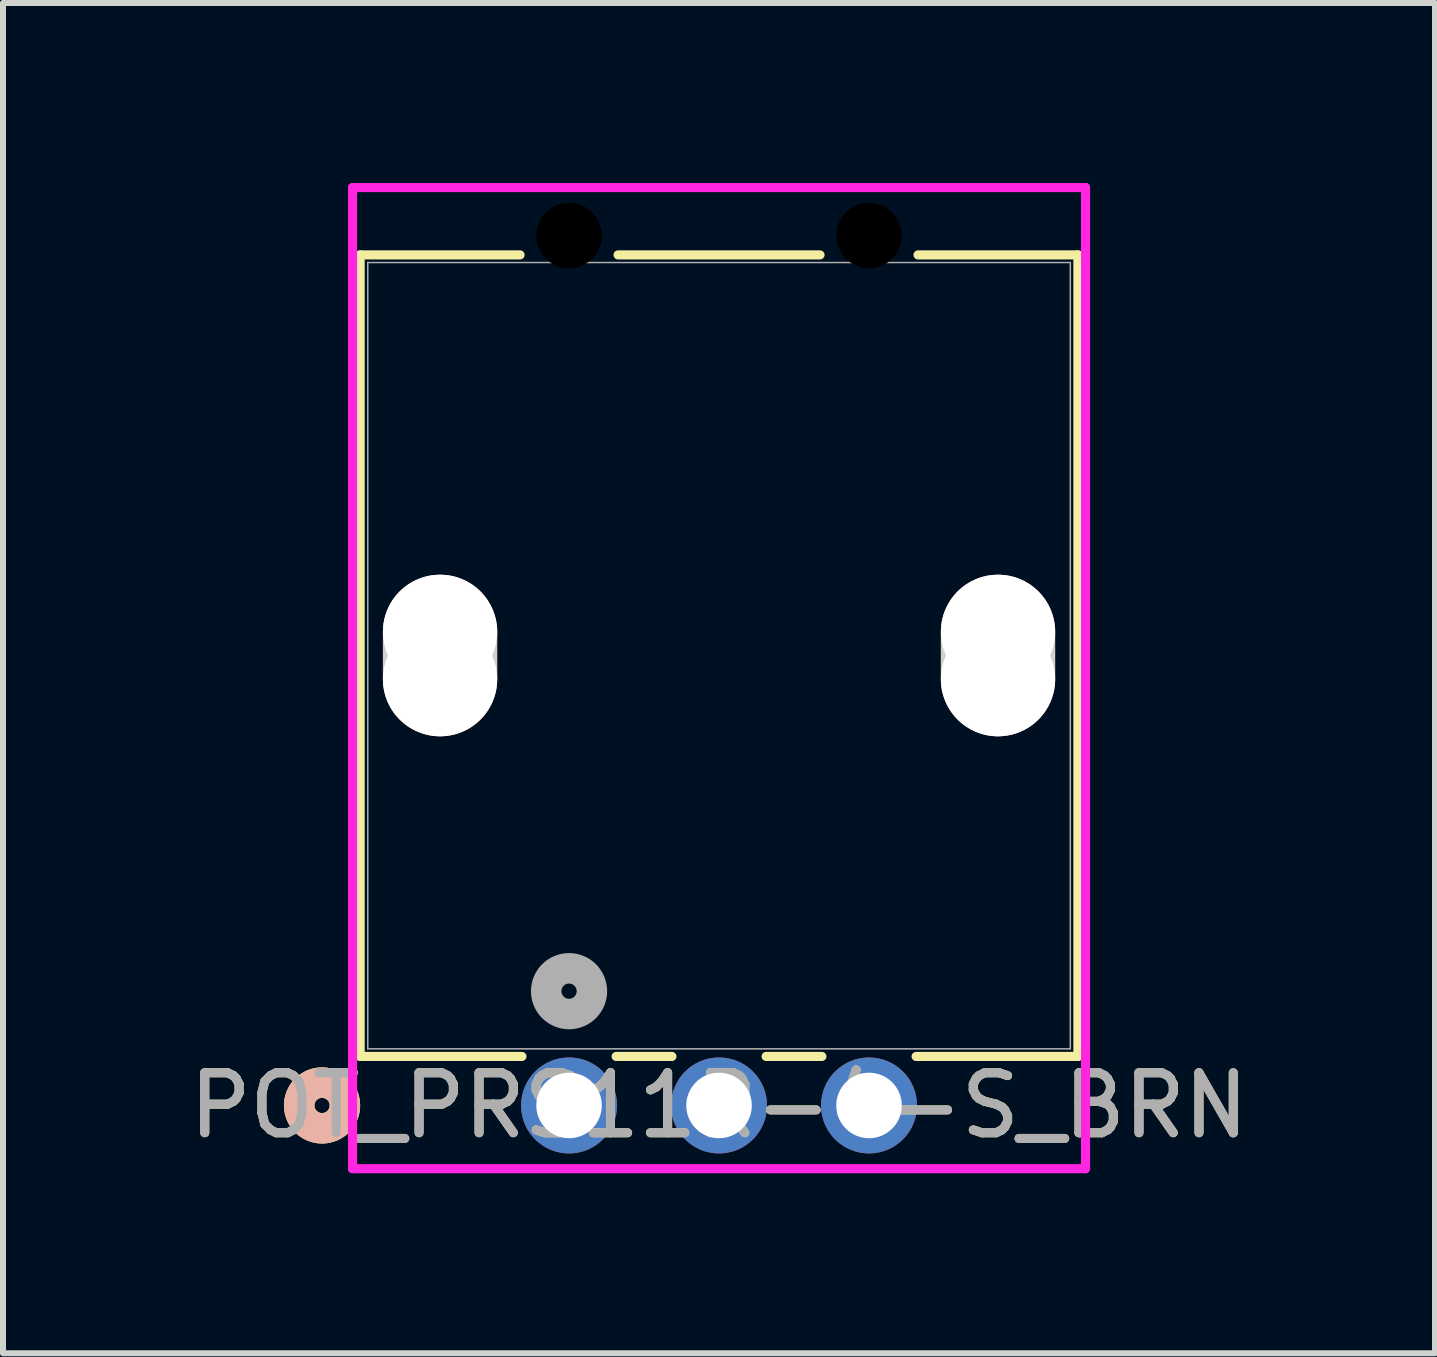
<source format=kicad_pcb>
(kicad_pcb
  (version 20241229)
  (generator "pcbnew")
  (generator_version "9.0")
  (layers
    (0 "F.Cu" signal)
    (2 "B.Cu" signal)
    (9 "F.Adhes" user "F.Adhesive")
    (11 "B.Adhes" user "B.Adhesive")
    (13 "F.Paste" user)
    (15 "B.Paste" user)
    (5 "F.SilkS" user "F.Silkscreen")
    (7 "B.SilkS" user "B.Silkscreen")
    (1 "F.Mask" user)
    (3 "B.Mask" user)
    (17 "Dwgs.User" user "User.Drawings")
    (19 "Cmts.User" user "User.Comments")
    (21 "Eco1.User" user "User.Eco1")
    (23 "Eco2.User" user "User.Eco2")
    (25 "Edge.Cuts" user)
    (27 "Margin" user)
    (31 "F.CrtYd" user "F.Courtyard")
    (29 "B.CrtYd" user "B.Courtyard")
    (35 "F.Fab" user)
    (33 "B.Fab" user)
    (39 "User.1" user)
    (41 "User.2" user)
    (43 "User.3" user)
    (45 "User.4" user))
  (footprint "POT_PRS11R-4-S_BRN"
    (layer "F.Cu")
    (at 6.435 15.376)
    (property "Reference" "POT_PRS11R-4-S_BRN" (at 2.5 0 0) (unlocked yes) (layer "F.SilkS") (effects (font (size 1 1) (thickness 0.15))))
    (attr through_hole)
    (fp_line (start -3.482 -14.177) (end -3.482 -0.817) (stroke (width 0.152) (type solid)) (layer "F.SilkS"))
    (fp_line (start -3.482 -0.817) (end -0.785 -0.817) (stroke (width 0.152) (type solid)) (layer "F.SilkS"))
    (fp_line (start -0.817 -14.177) (end -3.482 -14.177) (stroke (width 0.152) (type solid)) (layer "F.SilkS"))
    (fp_line (start 0.785 -0.817) (end 1.715 -0.817) (stroke (width 0.152) (type solid)) (layer "F.SilkS"))
    (fp_line (start 3.285 -0.817) (end 4.215 -0.817) (stroke (width 0.152) (type solid)) (layer "F.SilkS"))
    (fp_line (start 4.183 -14.177) (end 0.817 -14.177) (stroke (width 0.152) (type solid)) (layer "F.SilkS"))
    (fp_line (start 5.785 -0.817) (end 8.482 -0.817) (stroke (width 0.152) (type solid)) (layer "F.SilkS"))
    (fp_line (start 8.482 -14.177) (end 5.817 -14.177) (stroke (width 0.152) (type solid)) (layer "F.SilkS"))
    (fp_line (start 8.482 -0.817) (end 8.482 -14.177) (stroke (width 0.152) (type solid)) (layer "F.SilkS"))
    (fp_circle (center -4.117 0) (end -3.736 0) (stroke (width 0.508) (type solid)) (fill no) (layer "F.SilkS"))
    (fp_circle (center -4.117 0) (end -3.736 0) (stroke (width 0.508) (type solid)) (fill no) (layer "B.SilkS"))
    (fp_line (start -2.15 -7.106) (end -2.15 -7.894) (stroke (width 1.905) (type solid)) (layer "Edge.Cuts"))
    (fp_line (start 7.15 -7.106) (end 7.15 -7.894) (stroke (width 1.905) (type solid)) (layer "Edge.Cuts"))
    (fp_line (start -3.609 -15.3) (end -3.609 1.054) (stroke (width 0.152) (type solid)) (layer "F.CrtYd"))
    (fp_line (start -3.609 1.054) (end 8.609 1.054) (stroke (width 0.152) (type solid)) (layer "F.CrtYd"))
    (fp_line (start 8.609 -15.3) (end -3.609 -15.3) (stroke (width 0.152) (type solid)) (layer "F.CrtYd"))
    (fp_line (start 8.609 1.054) (end 8.609 -15.3) (stroke (width 0.152) (type solid)) (layer "F.CrtYd"))
    (fp_line (start -3.355 -14.05) (end -3.355 -0.944) (stroke (width 0.025) (type solid)) (layer "F.Fab"))
    (fp_line (start -3.355 -0.944) (end 8.355 -0.944) (stroke (width 0.025) (type solid)) (layer "F.Fab"))
    (fp_line (start 8.355 -14.05) (end -3.355 -14.05) (stroke (width 0.025) (type solid)) (layer "F.Fab"))
    (fp_line (start 8.355 -0.944) (end 8.355 -14.05) (stroke (width 0.025) (type solid)) (layer "F.Fab"))
    (fp_circle (center 0 -1.905) (end 0.381 -1.905) (stroke (width 0.508) (type solid)) (fill no) (layer "F.Fab"))
    (fp_text user "${REFERENCE}" (at 2.5 0 0) (unlocked yes) (layer "F.Fab") (effects (font (size 1 1) (thickness 0.15))))
    (pad "" np_thru_hole circle (at -2.15 -7.894) (size 1.905 1.905) (drill 1.905) (layers "*.Cu" "*.Mask"))
    (pad "" np_thru_hole circle (at -2.15 -7.106) (size 1.905 1.905) (drill 1.905) (layers "*.Cu" "*.Mask"))
    (pad "" np_thru_hole circle (at 0 -14.5) (size 1.092 1.092) (drill 1.092) (layers))
    (pad "" np_thru_hole circle (at 5 -14.5) (size 1.092 1.092) (drill 1.092) (layers))
    (pad "" np_thru_hole circle (at 7.15 -7.894) (size 1.905 1.905) (drill 1.905) (layers "*.Cu" "*.Mask"))
    (pad "" np_thru_hole circle (at 7.15 -7.106) (size 1.905 1.905) (drill 1.905) (layers "*.Cu" "*.Mask"))
    (pad "1" thru_hole circle (at 0 0) (size 1.6 1.6) (drill 1.092) (layers "*.Cu" "*.Mask"))
    (pad "2" thru_hole circle (at 2.5 0) (size 1.6 1.6) (drill 1.092) (layers "*.Cu" "*.Mask"))
    (pad "3" thru_hole circle (at 5 0) (size 1.6 1.6) (drill 1.092) (layers "*.Cu" "*.Mask"))
    (pad "6" smd oval (at -2.15 -7.5) (size 1.905 2.692) (layers "F.Cu" "F.Mask" "F.Paste"))
    (pad "7" smd oval (at 7.15 -7.5) (size 1.905 2.692) (layers "F.Cu" "F.Mask" "F.Paste")))
  (gr_rect
    (start -3 -3)
    (end 20.869 19.507)
    (stroke (width 0.1) (type default))
    (fill no)
    (layer "Edge.Cuts")))
</source>
